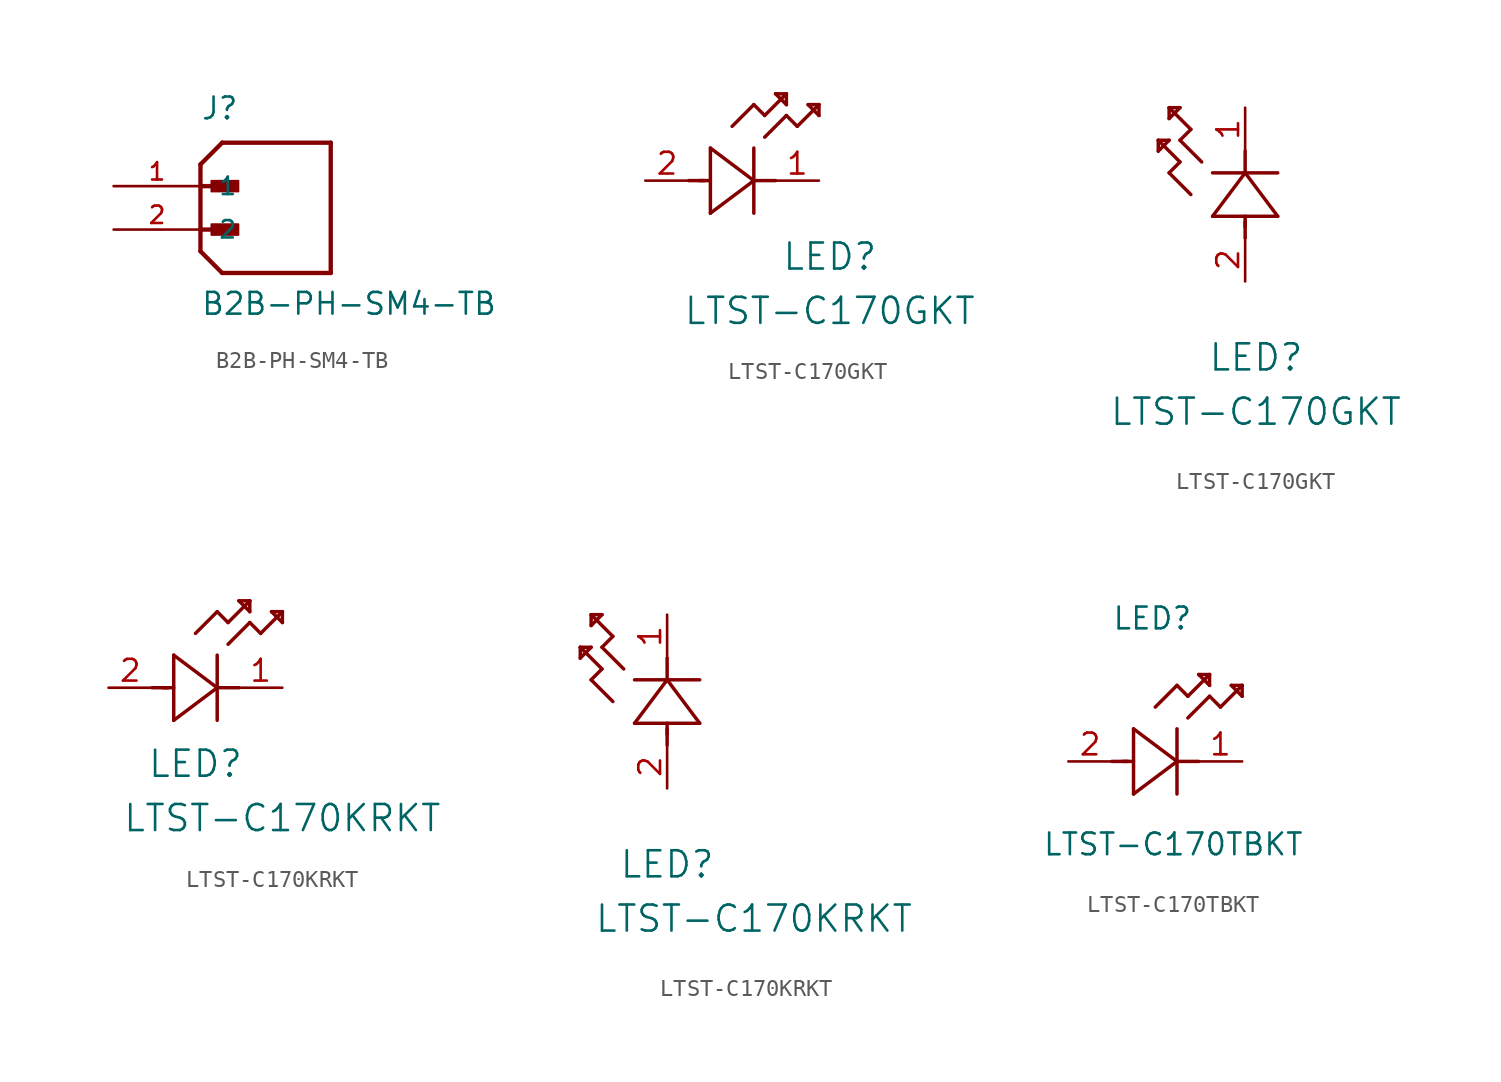
<source format=kicad_sym>
(kicad_symbol_lib
  (version 20241209)
  (generator "kicad_symbol_editor")
  (generator_version "9.0")
  (symbol "B2B-PH-SM4-TB"
    (pin_names
      (offset 1.016))
    (property "Reference" "J"
      (at 0 6.35 0)
      (effects (font (size 1.27 1.27)) (justify left bottom)))
    (property "Value" "B2B-PH-SM4-TB"
      (at 0 -5.08 0)
      (effects (font (size 1.27 1.27)) (justify left bottom)))
    (symbol "B2B-PH-SM4-TB_0_0"
      (polyline (pts (xy 0 3.81) (xy 0 -1.27)) (stroke (width 0.254) (type default)) (fill (type none)))
      (polyline (pts (xy 0 3.81) (xy 1.27 5.08)) (stroke (width 0.254) (type default)) (fill (type none)))
      (polyline (pts (xy 0 2.54) (xy 1.905 2.54)) (stroke (width 0.254) (type default)) (fill (type none)))
      (polyline (pts (xy 0 0) (xy 1.905 0)) (stroke (width 0.254) (type default)) (fill (type none)))
      (polyline (pts (xy 0 -1.27) (xy 1.27 -2.54)) (stroke (width 0.254) (type default)) (fill (type none)))
      (rectangle (start 0.635 2.223) (end 2.223 2.857) (stroke (width 0.1) (type default)) (fill (type outline)))
      (rectangle (start 0.635 -0.318) (end 2.223 0.318) (stroke (width 0.1) (type default)) (fill (type outline)))
      (polyline (pts (xy 1.27 -2.54) (xy 7.62 -2.54)) (stroke (width 0.254) (type default)) (fill (type none)))
      (polyline (pts (xy 7.62 5.08) (xy 1.27 5.08)) (stroke (width 0.254) (type default)) (fill (type none)))
      (polyline (pts (xy 7.62 -2.54) (xy 7.62 5.08)) (stroke (width 0.254) (type default)) (fill (type none)))
      (pin passive line (at -5.08 2.54 0) (length 5.08) (name "1" (effects (font (size 1.016 1.016)))) (number "1" (effects (font (size 1.016 1.016)))))
      (pin passive line (at -5.08 0 0) (length 5.08) (name "2" (effects (font (size 1.016 1.016)))) (number "2" (effects (font (size 1.016 1.016)))))))
  (symbol "LTST-C170GKT"
    (pin_names
      (offset 0.254))
    (property "Reference" "LED"
      (at 0.635 -4.445 0)
      (effects (font (size 1.524 1.524))))
    (property "Value" "LTST-C170GKT"
      (at 0.635 -7.62 0)
      (effects (font (size 1.524 1.524))))
    (symbol "LTST-C170GKT_1_1"
      (polyline (pts (xy -7.62 0) (xy -6.68 0)) (stroke (width 0.203) (type default)) (fill (type none)))
      (polyline (pts (xy -6.985 0) (xy -6.35 0)) (stroke (width 0.203) (type default)) (fill (type none)))
      (polyline (pts (xy -6.35 1.905) (xy -6.35 -1.905)) (stroke (width 0.203) (type default)) (fill (type none)))
      (polyline (pts (xy -6.35 -1.905) (xy -3.81 0)) (stroke (width 0.203) (type default)) (fill (type none)))
      (polyline (pts (xy -5.08 3.175) (xy -3.81 4.445)) (stroke (width 0.203) (type default)) (fill (type none)))
      (polyline (pts (xy -3.81 4.445) (xy -3.175 3.81)) (stroke (width 0.203) (type default)) (fill (type none)))
      (polyline (pts (xy -3.81 0) (xy -6.35 1.905)) (stroke (width 0.203) (type default)) (fill (type none)))
      (polyline (pts (xy -3.81 0) (xy -2.54 0)) (stroke (width 0.203) (type default)) (fill (type none)))
      (polyline (pts (xy -3.81 -1.905) (xy -3.81 1.905)) (stroke (width 0.203) (type default)) (fill (type none)))
      (polyline (pts (xy -3.175 3.81) (xy -1.905 5.08)) (stroke (width 0.203) (type default)) (fill (type none)))
      (polyline (pts (xy -3.175 2.54) (xy -1.905 3.81)) (stroke (width 0.203) (type default)) (fill (type none)))
      (polyline (pts (xy -2.54 5.08) (xy -1.905 4.445)) (stroke (width 0.203) (type default)) (fill (type none)))
      (polyline (pts (xy -1.905 5.08) (xy -2.54 5.08)) (stroke (width 0.203) (type default)) (fill (type none)))
      (polyline (pts (xy -1.905 4.445) (xy -1.905 5.08)) (stroke (width 0.203) (type default)) (fill (type none)))
      (polyline (pts (xy -1.905 3.81) (xy -1.27 3.175)) (stroke (width 0.203) (type default)) (fill (type none)))
      (polyline (pts (xy -1.27 3.175) (xy 0 4.445)) (stroke (width 0.203) (type default)) (fill (type none)))
      (polyline (pts (xy -0.635 4.445) (xy 0 3.81)) (stroke (width 0.203) (type default)) (fill (type none)))
      (polyline (pts (xy 0 4.445) (xy -0.635 4.445)) (stroke (width 0.203) (type default)) (fill (type none)))
      (polyline (pts (xy 0 3.81) (xy 0 4.445)) (stroke (width 0.203) (type default)) (fill (type none)))
      (pin unspecified line (at -10.16 0 0) (length 2.54) (name "" (effects (font (size 1.27 1.27)))) (number "2" (effects (font (size 1.27 1.27)))))
      (pin unspecified line (at 0 0 180) (length 2.54) (name "" (effects (font (size 1.27 1.27)))) (number "1" (effects (font (size 1.27 1.27))))))
    (symbol "LTST-C170GKT_1_2"
      (polyline (pts (xy -5.08 8.255) (xy -5.08 7.62)) (stroke (width 0.203) (type default)) (fill (type none)))
      (polyline (pts (xy -5.08 7.62) (xy -4.445 8.255)) (stroke (width 0.203) (type default)) (fill (type none)))
      (polyline (pts (xy -4.445 10.16) (xy -4.445 9.525)) (stroke (width 0.203) (type default)) (fill (type none)))
      (polyline (pts (xy -4.445 9.525) (xy -3.81 10.16)) (stroke (width 0.203) (type default)) (fill (type none)))
      (polyline (pts (xy -4.445 8.255) (xy -5.08 8.255)) (stroke (width 0.203) (type default)) (fill (type none)))
      (polyline (pts (xy -4.445 6.35) (xy -3.81 6.985)) (stroke (width 0.203) (type default)) (fill (type none)))
      (polyline (pts (xy -3.81 10.16) (xy -4.445 10.16)) (stroke (width 0.203) (type default)) (fill (type none)))
      (polyline (pts (xy -3.81 8.255) (xy -3.175 8.89)) (stroke (width 0.203) (type default)) (fill (type none)))
      (polyline (pts (xy -3.81 6.985) (xy -5.08 8.255)) (stroke (width 0.203) (type default)) (fill (type none)))
      (polyline (pts (xy -3.175 8.89) (xy -4.445 10.16)) (stroke (width 0.203) (type default)) (fill (type none)))
      (polyline (pts (xy -3.175 5.08) (xy -4.445 6.35)) (stroke (width 0.203) (type default)) (fill (type none)))
      (polyline (pts (xy -2.54 6.985) (xy -3.81 8.255)) (stroke (width 0.203) (type default)) (fill (type none)))
      (polyline (pts (xy -1.905 3.81) (xy 1.905 3.81)) (stroke (width 0.203) (type default)) (fill (type none)))
      (polyline (pts (xy 0 6.35) (xy -1.905 3.81)) (stroke (width 0.203) (type default)) (fill (type none)))
      (polyline (pts (xy 0 6.35) (xy 0 7.62)) (stroke (width 0.203) (type default)) (fill (type none)))
      (polyline (pts (xy 0 3.175) (xy 0 3.81)) (stroke (width 0.203) (type default)) (fill (type none)))
      (polyline (pts (xy 0 2.54) (xy 0 3.48)) (stroke (width 0.203) (type default)) (fill (type none)))
      (polyline (pts (xy 1.905 6.35) (xy -1.905 6.35)) (stroke (width 0.203) (type default)) (fill (type none)))
      (polyline (pts (xy 1.905 3.81) (xy 0 6.35)) (stroke (width 0.203) (type default)) (fill (type none)))
      (pin unspecified line (at 0 10.16 270) (length 2.54) (name "" (effects (font (size 1.27 1.27)))) (number "1" (effects (font (size 1.27 1.27)))))
      (pin unspecified line (at 0 0 90) (length 2.54) (name "" (effects (font (size 1.27 1.27)))) (number "2" (effects (font (size 1.27 1.27)))))))
  (symbol "LTST-C170KRKT"
    (pin_names
      (offset 0.254)
      (hide yes))
    (property "Reference" "LED"
      (at 0 -4.445 0)
      (effects (font (size 1.524 1.524))))
    (property "Value" "LTST-C170KRKT"
      (at 5.08 -7.62 0)
      (effects (font (size 1.524 1.524))))
    (symbol "LTST-C170KRKT_1_1"
      (polyline (pts (xy -2.54 0) (xy -1.6 0)) (stroke (width 0.203) (type default)) (fill (type none)))
      (polyline (pts (xy -1.905 0) (xy -1.27 0)) (stroke (width 0.203) (type default)) (fill (type none)))
      (polyline (pts (xy -1.27 1.905) (xy -1.27 -1.905)) (stroke (width 0.203) (type default)) (fill (type none)))
      (polyline (pts (xy -1.27 -1.905) (xy 1.27 0)) (stroke (width 0.203) (type default)) (fill (type none)))
      (polyline (pts (xy 0 3.175) (xy 1.27 4.445)) (stroke (width 0.203) (type default)) (fill (type none)))
      (polyline (pts (xy 1.27 4.445) (xy 1.905 3.81)) (stroke (width 0.203) (type default)) (fill (type none)))
      (polyline (pts (xy 1.27 0) (xy -1.27 1.905)) (stroke (width 0.203) (type default)) (fill (type none)))
      (polyline (pts (xy 1.27 0) (xy 2.54 0)) (stroke (width 0.203) (type default)) (fill (type none)))
      (polyline (pts (xy 1.27 -1.905) (xy 1.27 1.905)) (stroke (width 0.203) (type default)) (fill (type none)))
      (polyline (pts (xy 1.905 3.81) (xy 3.175 5.08)) (stroke (width 0.203) (type default)) (fill (type none)))
      (polyline (pts (xy 1.905 2.54) (xy 3.175 3.81)) (stroke (width 0.203) (type default)) (fill (type none)))
      (polyline (pts (xy 2.54 5.08) (xy 3.175 4.445)) (stroke (width 0.203) (type default)) (fill (type none)))
      (polyline (pts (xy 3.175 5.08) (xy 2.54 5.08)) (stroke (width 0.203) (type default)) (fill (type none)))
      (polyline (pts (xy 3.175 4.445) (xy 3.175 5.08)) (stroke (width 0.203) (type default)) (fill (type none)))
      (polyline (pts (xy 3.175 3.81) (xy 3.81 3.175)) (stroke (width 0.203) (type default)) (fill (type none)))
      (polyline (pts (xy 3.81 3.175) (xy 5.08 4.445)) (stroke (width 0.203) (type default)) (fill (type none)))
      (polyline (pts (xy 4.445 4.445) (xy 5.08 3.81)) (stroke (width 0.203) (type default)) (fill (type none)))
      (polyline (pts (xy 5.08 4.445) (xy 4.445 4.445)) (stroke (width 0.203) (type default)) (fill (type none)))
      (polyline (pts (xy 5.08 3.81) (xy 5.08 4.445)) (stroke (width 0.203) (type default)) (fill (type none)))
      (pin unspecified line (at -5.08 0 0) (length 2.54) (name "" (effects (font (size 1.27 1.27)))) (number "2" (effects (font (size 1.27 1.27)))))
      (pin unspecified line (at 5.08 0 180) (length 2.54) (name "" (effects (font (size 1.27 1.27)))) (number "1" (effects (font (size 1.27 1.27))))))
    (symbol "LTST-C170KRKT_1_2"
      (polyline (pts (xy -5.08 8.255) (xy -5.08 7.62)) (stroke (width 0.203) (type default)) (fill (type none)))
      (polyline (pts (xy -5.08 7.62) (xy -4.445 8.255)) (stroke (width 0.203) (type default)) (fill (type none)))
      (polyline (pts (xy -4.445 10.16) (xy -4.445 9.525)) (stroke (width 0.203) (type default)) (fill (type none)))
      (polyline (pts (xy -4.445 9.525) (xy -3.81 10.16)) (stroke (width 0.203) (type default)) (fill (type none)))
      (polyline (pts (xy -4.445 8.255) (xy -5.08 8.255)) (stroke (width 0.203) (type default)) (fill (type none)))
      (polyline (pts (xy -4.445 6.35) (xy -3.81 6.985)) (stroke (width 0.203) (type default)) (fill (type none)))
      (polyline (pts (xy -3.81 10.16) (xy -4.445 10.16)) (stroke (width 0.203) (type default)) (fill (type none)))
      (polyline (pts (xy -3.81 8.255) (xy -3.175 8.89)) (stroke (width 0.203) (type default)) (fill (type none)))
      (polyline (pts (xy -3.81 6.985) (xy -5.08 8.255)) (stroke (width 0.203) (type default)) (fill (type none)))
      (polyline (pts (xy -3.175 8.89) (xy -4.445 10.16)) (stroke (width 0.203) (type default)) (fill (type none)))
      (polyline (pts (xy -3.175 5.08) (xy -4.445 6.35)) (stroke (width 0.203) (type default)) (fill (type none)))
      (polyline (pts (xy -2.54 6.985) (xy -3.81 8.255)) (stroke (width 0.203) (type default)) (fill (type none)))
      (polyline (pts (xy -1.905 3.81) (xy 1.905 3.81)) (stroke (width 0.203) (type default)) (fill (type none)))
      (polyline (pts (xy 0 6.35) (xy -1.905 3.81)) (stroke (width 0.203) (type default)) (fill (type none)))
      (polyline (pts (xy 0 6.35) (xy 0 7.62)) (stroke (width 0.203) (type default)) (fill (type none)))
      (polyline (pts (xy 0 3.175) (xy 0 3.81)) (stroke (width 0.203) (type default)) (fill (type none)))
      (polyline (pts (xy 0 2.54) (xy 0 3.48)) (stroke (width 0.203) (type default)) (fill (type none)))
      (polyline (pts (xy 1.905 6.35) (xy -1.905 6.35)) (stroke (width 0.203) (type default)) (fill (type none)))
      (polyline (pts (xy 1.905 3.81) (xy 0 6.35)) (stroke (width 0.203) (type default)) (fill (type none)))
      (pin unspecified line (at 0 10.16 270) (length 2.54) (name "" (effects (font (size 1.27 1.27)))) (number "1" (effects (font (size 1.27 1.27)))))
      (pin unspecified line (at 0 0 90) (length 2.54) (name "" (effects (font (size 1.27 1.27)))) (number "2" (effects (font (size 1.27 1.27)))))))
  (symbol "LTST-C170TBKT"
    (pin_names
      (offset 1.016))
    (property "Reference" "LED"
      (at -7.62 7.62 0)
      (effects (font (size 1.27 1.27)) (justify left bottom)))
    (property "Value" "LTST-C170TBKT"
      (at -11.684 -5.588 0)
      (effects (font (size 1.27 1.27)) (justify left bottom)))
    (symbol "LTST-C170TBKT_1_1"
      (polyline (pts (xy -7.62 0) (xy -6.68 0)) (stroke (width 0.203) (type default)) (fill (type none)))
      (polyline (pts (xy -6.985 0) (xy -6.35 0)) (stroke (width 0.203) (type default)) (fill (type none)))
      (polyline (pts (xy -6.35 1.905) (xy -6.35 -1.905)) (stroke (width 0.203) (type default)) (fill (type none)))
      (polyline (pts (xy -6.35 -1.905) (xy -3.81 0)) (stroke (width 0.203) (type default)) (fill (type none)))
      (polyline (pts (xy -5.08 3.175) (xy -3.81 4.445)) (stroke (width 0.203) (type default)) (fill (type none)))
      (polyline (pts (xy -3.81 4.445) (xy -3.175 3.81)) (stroke (width 0.203) (type default)) (fill (type none)))
      (polyline (pts (xy -3.81 0) (xy -6.35 1.905)) (stroke (width 0.203) (type default)) (fill (type none)))
      (polyline (pts (xy -3.81 0) (xy -2.54 0)) (stroke (width 0.203) (type default)) (fill (type none)))
      (polyline (pts (xy -3.81 -1.905) (xy -3.81 1.905)) (stroke (width 0.203) (type default)) (fill (type none)))
      (polyline (pts (xy -3.175 3.81) (xy -1.905 5.08)) (stroke (width 0.203) (type default)) (fill (type none)))
      (polyline (pts (xy -3.175 2.54) (xy -1.905 3.81)) (stroke (width 0.203) (type default)) (fill (type none)))
      (polyline (pts (xy -2.54 5.08) (xy -1.905 4.445)) (stroke (width 0.203) (type default)) (fill (type none)))
      (polyline (pts (xy -1.905 5.08) (xy -2.54 5.08)) (stroke (width 0.203) (type default)) (fill (type none)))
      (polyline (pts (xy -1.905 4.445) (xy -1.905 5.08)) (stroke (width 0.203) (type default)) (fill (type none)))
      (polyline (pts (xy -1.905 3.81) (xy -1.27 3.175)) (stroke (width 0.203) (type default)) (fill (type none)))
      (polyline (pts (xy -1.27 3.175) (xy 0 4.445)) (stroke (width 0.203) (type default)) (fill (type none)))
      (polyline (pts (xy -0.635 4.445) (xy 0 3.81)) (stroke (width 0.203) (type default)) (fill (type none)))
      (polyline (pts (xy 0 4.445) (xy -0.635 4.445)) (stroke (width 0.203) (type default)) (fill (type none)))
      (polyline (pts (xy 0 3.81) (xy 0 4.445)) (stroke (width 0.203) (type default)) (fill (type none)))
      (pin unspecified line (at -10.16 0 0) (length 2.54) (name "" (effects (font (size 1.27 1.27)))) (number "2" (effects (font (size 1.27 1.27)))))
      (pin unspecified line (at 0 0 180) (length 2.54) (name "" (effects (font (size 1.27 1.27)))) (number "1" (effects (font (size 1.27 1.27))))))))
</source>
